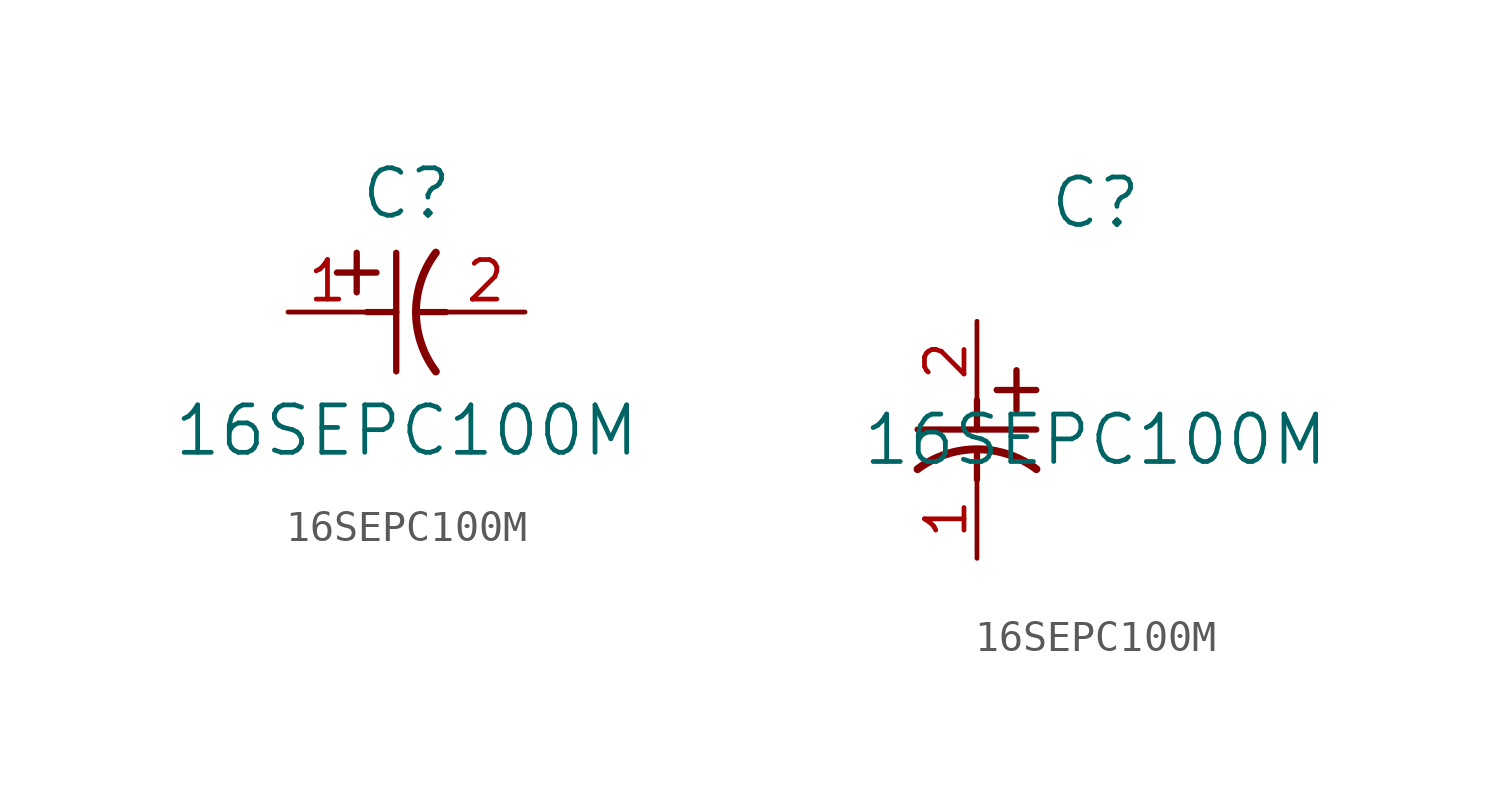
<source format=kicad_sym>
(kicad_symbol_lib
  (version 20211014)
  (generator kicad_symbol_editor)
  (symbol "16SEPC100M"
    (pin_names
      (offset 0.254))
    (property "Reference" "C"
      (at 3.81 3.81 0)
      (effects (font (size 1.524 1.524))))
    (property "Value" "16SEPC100M"
      (at 3.81 -3.81 0)
      (effects (font (size 1.524 1.524))))
    (symbol "16SEPC100M_1_1"
      (polyline (pts (xy 2.21 0.635) (xy 2.21 1.905)) (stroke (width 0.203) (type default) (color 0 0 0 0)) (fill (type none)))
      (arc (start 4.754132 1.910763) (mid 4.1148 0) (end 4.754132 -1.910763) (stroke (width 0.254) (type default) (color 0 0 0 0)) (fill (type none)))
      (polyline (pts (xy 4.115 0) (xy 5.08 0)) (stroke (width 0.203) (type default) (color 0 0 0 0)) (fill (type none)))
      (polyline (pts (xy 3.48 -1.905) (xy 3.48 1.905)) (stroke (width 0.203) (type default) (color 0 0 0 0)) (fill (type none)))
      (polyline (pts (xy 1.575 1.27) (xy 2.845 1.27)) (stroke (width 0.203) (type default) (color 0 0 0 0)) (fill (type none)))
      (polyline (pts (xy 2.54 0) (xy 3.48 0)) (stroke (width 0.203) (type default) (color 0 0 0 0)) (fill (type none)))
      (pin unspecified line (at 0 0 0) (length 2.54) (name "" (effects (font (size 1.27 1.27)))) (number "1" (effects (font (size 1.27 1.27)))))
      (pin unspecified line (at 7.62 0 180) (length 2.54) (name "" (effects (font (size 1.27 1.27)))) (number "2" (effects (font (size 1.27 1.27))))))
    (symbol "16SEPC100M_1_2"
      (polyline (pts (xy 0 -2.54) (xy 0 -3.48)) (stroke (width 0.203) (type default) (color 0 0 0 0)) (fill (type none)))
      (arc (start 1.910763 -4.754132) (mid 0 -4.1148) (end -1.910763 -4.754132) (stroke (width 0.254) (type default) (color 0 0 0 0)) (fill (type none)))
      (polyline (pts (xy -1.905 -3.48) (xy 1.905 -3.48)) (stroke (width 0.203) (type default) (color 0 0 0 0)) (fill (type none)))
      (polyline (pts (xy 0.635 -2.21) (xy 1.905 -2.21)) (stroke (width 0.203) (type default) (color 0 0 0 0)) (fill (type none)))
      (polyline (pts (xy 1.27 -1.575) (xy 1.27 -2.845)) (stroke (width 0.203) (type default) (color 0 0 0 0)) (fill (type none)))
      (polyline (pts (xy 0 -4.115) (xy 0 -5.08)) (stroke (width 0.203) (type default) (color 0 0 0 0)) (fill (type none)))
      (pin unspecified line (at 0 -7.62 90) (length 2.54) (name "" (effects (font (size 1.27 1.27)))) (number "1" (effects (font (size 1.27 1.27)))))
      (pin unspecified line (at 0 0 270) (length 2.54) (name "" (effects (font (size 1.27 1.27)))) (number "2" (effects (font (size 1.27 1.27))))))))
</source>
